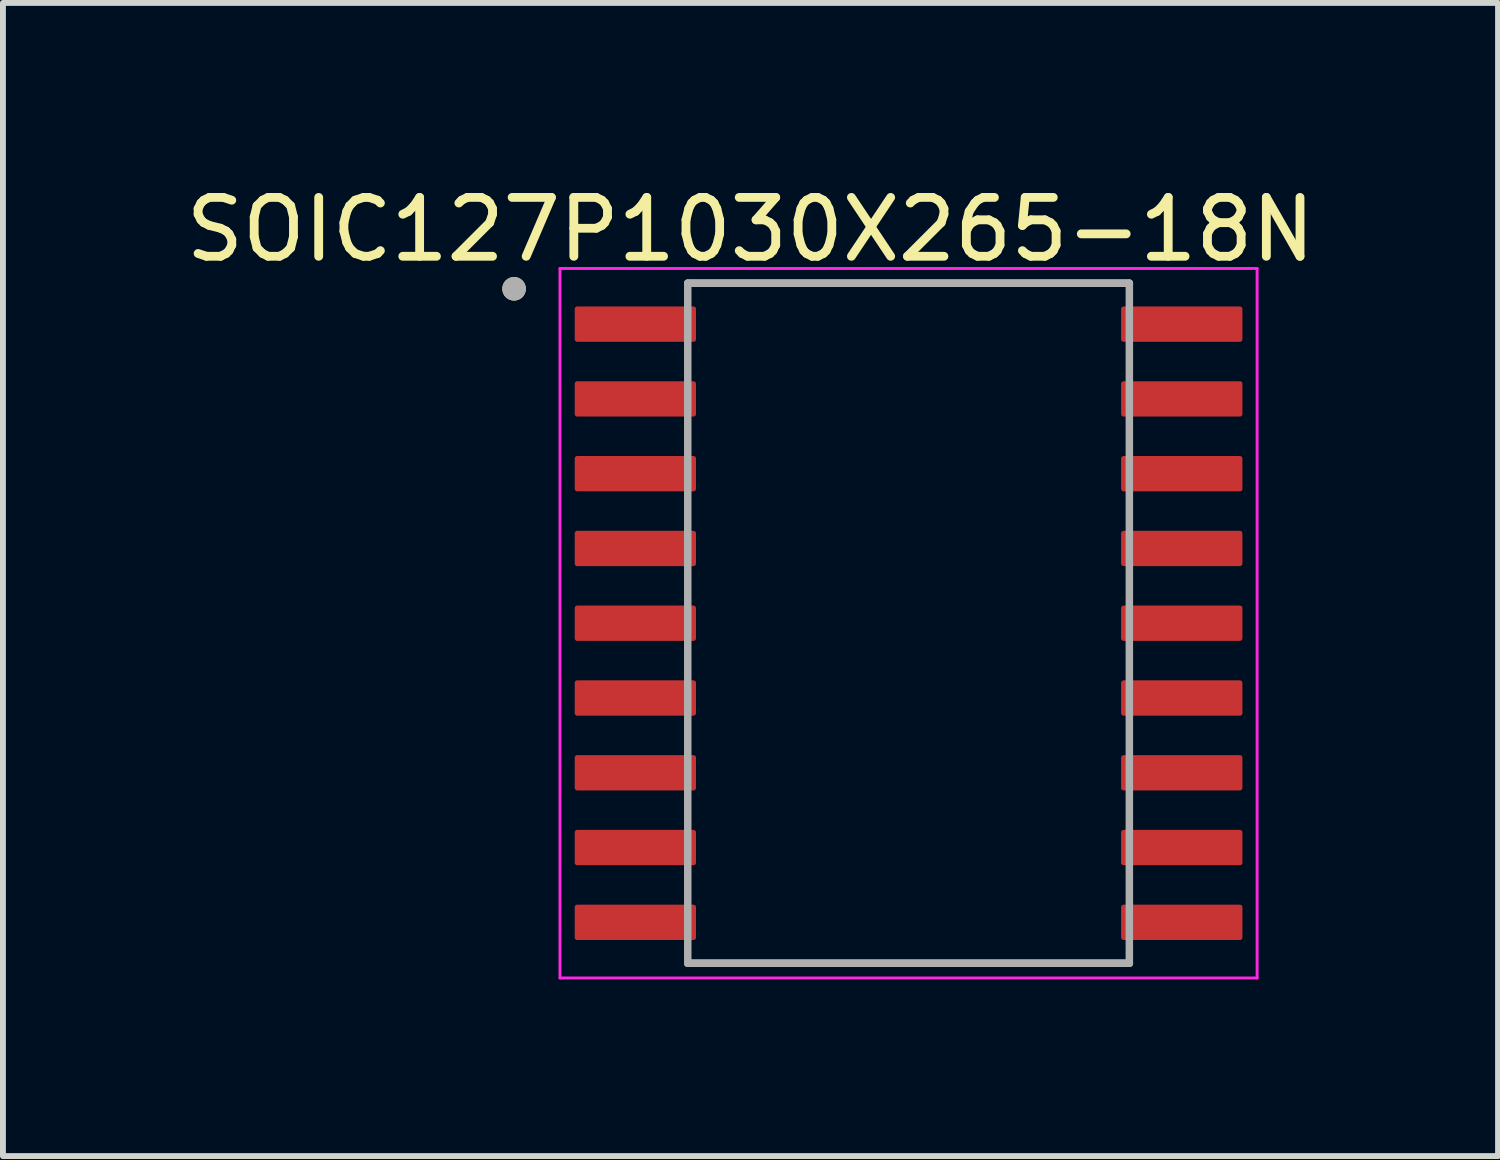
<source format=kicad_pcb>
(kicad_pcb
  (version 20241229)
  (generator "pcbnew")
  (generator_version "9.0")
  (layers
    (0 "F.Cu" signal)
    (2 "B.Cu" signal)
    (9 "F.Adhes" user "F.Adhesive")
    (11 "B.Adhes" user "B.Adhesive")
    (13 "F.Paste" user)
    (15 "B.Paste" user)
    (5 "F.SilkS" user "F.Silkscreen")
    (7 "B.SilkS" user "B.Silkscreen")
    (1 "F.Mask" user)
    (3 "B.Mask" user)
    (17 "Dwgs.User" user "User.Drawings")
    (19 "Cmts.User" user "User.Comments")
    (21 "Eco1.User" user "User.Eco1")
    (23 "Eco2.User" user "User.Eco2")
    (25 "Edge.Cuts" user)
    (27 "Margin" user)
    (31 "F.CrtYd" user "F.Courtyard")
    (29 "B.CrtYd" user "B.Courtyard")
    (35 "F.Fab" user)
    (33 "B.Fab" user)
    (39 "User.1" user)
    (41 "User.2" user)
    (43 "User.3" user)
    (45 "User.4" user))
  (footprint "SOIC127P1030X265-18N"
    (layer "F.Cu")
    (at 12.381 7.535)
    (property "Reference" "SOIC127P1030X265-18N" (at -2.685 -6.687 0) (layer "F.SilkS") (effects (font (size 1 1) (thickness 0.15))))
    (attr smd)
    (fp_line (start -3.75 -5.775) (end 3.75 -5.775) (stroke (width 0.127) (type solid)) (layer "F.SilkS"))
    (fp_line (start -3.75 5.775) (end 3.75 5.775) (stroke (width 0.127) (type solid)) (layer "F.SilkS"))
    (fp_circle (center -6.7 -5.68) (end -6.6 -5.68) (stroke (width 0.2) (type solid)) (fill no) (layer "F.SilkS"))
    (fp_line (start -5.92 -6.025) (end -5.92 6.025) (stroke (width 0.05) (type solid)) (layer "F.CrtYd"))
    (fp_line (start -5.92 -6.025) (end 5.92 -6.025) (stroke (width 0.05) (type solid)) (layer "F.CrtYd"))
    (fp_line (start -5.92 6.025) (end 5.92 6.025) (stroke (width 0.05) (type solid)) (layer "F.CrtYd"))
    (fp_line (start 5.92 -6.025) (end 5.92 6.025) (stroke (width 0.05) (type solid)) (layer "F.CrtYd"))
    (fp_line (start -3.75 -5.775) (end -3.75 5.775) (stroke (width 0.127) (type solid)) (layer "F.Fab"))
    (fp_line (start -3.75 -5.775) (end 3.75 -5.775) (stroke (width 0.127) (type solid)) (layer "F.Fab"))
    (fp_line (start -3.75 5.775) (end 3.75 5.775) (stroke (width 0.127) (type solid)) (layer "F.Fab"))
    (fp_line (start 3.75 -5.775) (end 3.75 5.775) (stroke (width 0.127) (type solid)) (layer "F.Fab"))
    (fp_circle (center -6.7 -5.68) (end -6.6 -5.68) (stroke (width 0.2) (type solid)) (fill no) (layer "F.Fab"))
    (pad "1" smd roundrect (at -4.64 -5.08) (size 2.06 0.6) (layers "F.Cu" "F.Mask" "F.Paste") (roundrect_rratio 0.07))
    (pad "2" smd roundrect (at -4.64 -3.81) (size 2.06 0.6) (layers "F.Cu" "F.Mask" "F.Paste") (roundrect_rratio 0.07))
    (pad "3" smd roundrect (at -4.64 -2.54) (size 2.06 0.6) (layers "F.Cu" "F.Mask" "F.Paste") (roundrect_rratio 0.07))
    (pad "4" smd roundrect (at -4.64 -1.27) (size 2.06 0.6) (layers "F.Cu" "F.Mask" "F.Paste") (roundrect_rratio 0.07))
    (pad "5" smd roundrect (at -4.64 0) (size 2.06 0.6) (layers "F.Cu" "F.Mask" "F.Paste") (roundrect_rratio 0.07))
    (pad "6" smd roundrect (at -4.64 1.27) (size 2.06 0.6) (layers "F.Cu" "F.Mask" "F.Paste") (roundrect_rratio 0.07))
    (pad "7" smd roundrect (at -4.64 2.54) (size 2.06 0.6) (layers "F.Cu" "F.Mask" "F.Paste") (roundrect_rratio 0.07))
    (pad "8" smd roundrect (at -4.64 3.81) (size 2.06 0.6) (layers "F.Cu" "F.Mask" "F.Paste") (roundrect_rratio 0.07))
    (pad "9" smd roundrect (at -4.64 5.08) (size 2.06 0.6) (layers "F.Cu" "F.Mask" "F.Paste") (roundrect_rratio 0.07))
    (pad "10" smd roundrect (at 4.64 5.08) (size 2.06 0.6) (layers "F.Cu" "F.Mask" "F.Paste") (roundrect_rratio 0.07))
    (pad "11" smd roundrect (at 4.64 3.81) (size 2.06 0.6) (layers "F.Cu" "F.Mask" "F.Paste") (roundrect_rratio 0.07))
    (pad "12" smd roundrect (at 4.64 2.54) (size 2.06 0.6) (layers "F.Cu" "F.Mask" "F.Paste") (roundrect_rratio 0.07))
    (pad "13" smd roundrect (at 4.64 1.27) (size 2.06 0.6) (layers "F.Cu" "F.Mask" "F.Paste") (roundrect_rratio 0.07))
    (pad "14" smd roundrect (at 4.64 0) (size 2.06 0.6) (layers "F.Cu" "F.Mask" "F.Paste") (roundrect_rratio 0.07))
    (pad "15" smd roundrect (at 4.64 -1.27) (size 2.06 0.6) (layers "F.Cu" "F.Mask" "F.Paste") (roundrect_rratio 0.07))
    (pad "16" smd roundrect (at 4.64 -2.54) (size 2.06 0.6) (layers "F.Cu" "F.Mask" "F.Paste") (roundrect_rratio 0.07))
    (pad "17" smd roundrect (at 4.64 -3.81) (size 2.06 0.6) (layers "F.Cu" "F.Mask" "F.Paste") (roundrect_rratio 0.07))
    (pad "18" smd roundrect (at 4.64 -5.08) (size 2.06 0.6) (layers "F.Cu" "F.Mask" "F.Paste") (roundrect_rratio 0.07)))
  (gr_rect
    (start -3 -3)
    (end 22.393 16.585)
    (stroke (width 0.1) (type default))
    (fill no)
    (layer "Edge.Cuts")))
</source>
